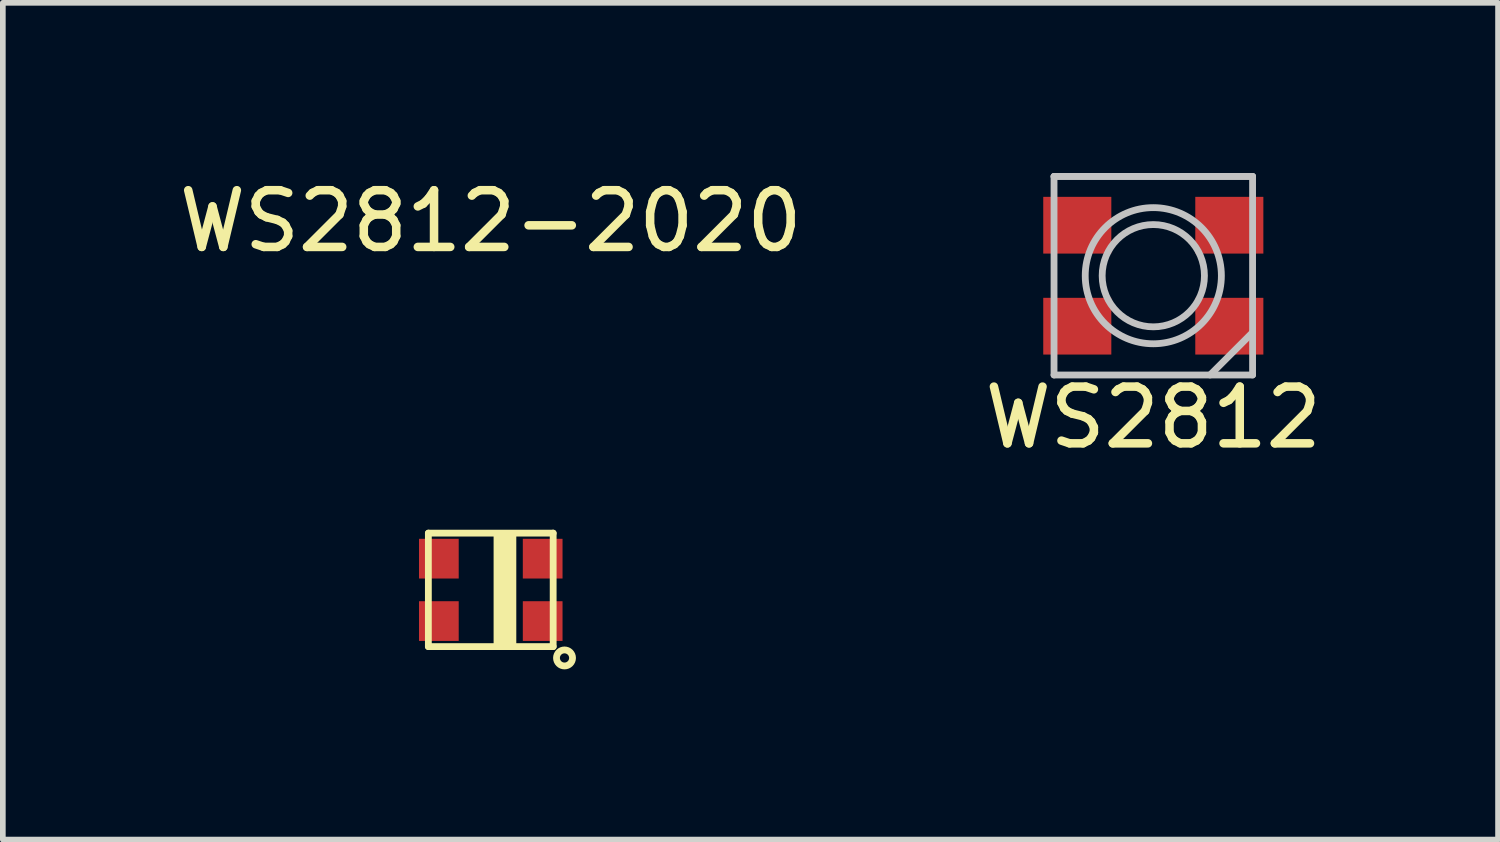
<source format=kicad_pcb>
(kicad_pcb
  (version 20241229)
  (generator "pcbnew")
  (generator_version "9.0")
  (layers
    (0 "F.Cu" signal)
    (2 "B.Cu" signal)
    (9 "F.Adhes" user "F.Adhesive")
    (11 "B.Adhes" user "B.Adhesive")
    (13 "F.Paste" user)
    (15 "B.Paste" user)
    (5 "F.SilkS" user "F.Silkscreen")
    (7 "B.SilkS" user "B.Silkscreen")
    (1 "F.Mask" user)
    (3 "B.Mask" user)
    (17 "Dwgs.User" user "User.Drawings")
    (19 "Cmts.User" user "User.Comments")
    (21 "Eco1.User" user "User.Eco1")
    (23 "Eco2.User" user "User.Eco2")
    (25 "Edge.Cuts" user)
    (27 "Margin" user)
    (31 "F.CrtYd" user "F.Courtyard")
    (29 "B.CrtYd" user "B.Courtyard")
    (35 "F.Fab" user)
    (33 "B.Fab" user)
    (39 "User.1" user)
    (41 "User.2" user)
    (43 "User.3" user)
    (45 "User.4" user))
  (footprint "WS2812-2020"
    (layer "F.Cu")
    (at 5.601 7.348)
    (property "Reference" "WS2812-2020" (at 0 -6.5 0) (layer "F.SilkS") (effects (font (size 1 1) (thickness 0.15))))
    (attr through_hole)
    (fp_line (start -1.1 -1) (end -1.1 1) (stroke (width 0.12) (type solid)) (layer "F.SilkS"))
    (fp_line (start -1.1 1) (end 1.1 1) (stroke (width 0.12) (type solid)) (layer "F.SilkS"))
    (fp_line (start 1.1 -1) (end -1.1 -1) (stroke (width 0.12) (type solid)) (layer "F.SilkS"))
    (fp_line (start 1.1 1) (end 1.1 -1) (stroke (width 0.12) (type solid)) (layer "F.SilkS"))
    (fp_circle (center 1.3 1.2) (end 1.4 1.3) (stroke (width 0.12) (type solid)) (fill no) (layer "F.SilkS"))
    (fp_poly (pts (xy 0.4 1) (xy 0.1 1) (xy 0.1 -1) (xy 0.4 -1)) (stroke (width 0.1) (type solid)) (fill yes) (layer "F.SilkS"))
    (pad "1" smd rect (at 0.915 0.55) (size 0.7 0.7) (layers "F.Cu" "F.Mask" "F.Paste"))
    (pad "2" smd rect (at 0.915 -0.55) (size 0.7 0.7) (layers "F.Cu" "F.Mask" "F.Paste"))
    (pad "3" smd rect (at -0.915 -0.55) (size 0.7 0.7) (layers "F.Cu" "F.Mask" "F.Paste"))
    (pad "4" smd rect (at -0.915 0.55) (size 0.7 0.7) (layers "F.Cu" "F.Mask" "F.Paste")))
  (footprint "WS2812"
    (layer "F.Cu")
    (at 17.28 1.81)
    (property "Reference" "WS2812" (at 0 2.5 0) (layer "F.SilkS") (effects (font (size 1 1) (thickness 0.15))))
    (attr smd)
    (fp_line (start -1.75 -1.75) (end -1.75 1.75) (stroke (width 0.12) (type solid)) (layer "Dwgs.User"))
    (fp_line (start -1.75 -1.75) (end 1.75 -1.75) (stroke (width 0.12) (type solid)) (layer "Dwgs.User"))
    (fp_line (start 1 1.75) (end 1.75 1) (stroke (width 0.12) (type solid)) (layer "Dwgs.User"))
    (fp_line (start 1.75 -1.75) (end -1.75 -1.75) (stroke (width 0.12) (type solid)) (layer "Dwgs.User"))
    (fp_line (start 1.75 1.75) (end -1.75 1.75) (stroke (width 0.12) (type solid)) (layer "Dwgs.User"))
    (fp_line (start 1.75 1.75) (end 1.75 -1.75) (stroke (width 0.12) (type solid)) (layer "Dwgs.User"))
    (fp_circle (center 0 0) (end 0.75 0.5) (stroke (width 0.12) (type solid)) (fill no) (layer "Dwgs.User"))
    (fp_circle (center 0 0) (end 1.2 0) (stroke (width 0.12) (type solid)) (fill no) (layer "Dwgs.User"))
    (pad "1" smd rect (at -1.34 -0.89) (size 1.2 1) (layers "F.Cu" "F.Mask" "F.Paste"))
    (pad "2" smd rect (at -1.34 0.89) (size 1.2 1) (layers "F.Cu" "F.Mask" "F.Paste"))
    (pad "3" smd rect (at 1.34 0.89) (size 1.2 1) (layers "F.Cu" "F.Mask" "F.Paste"))
    (pad "4" smd rect (at 1.34 -0.89) (size 1.2 1) (layers "F.Cu" "F.Mask" "F.Paste")))
  (gr_rect
    (start -3 -3)
    (end 23.357 11.75)
    (stroke (width 0.1) (type default))
    (fill no)
    (layer "Edge.Cuts")))
</source>
